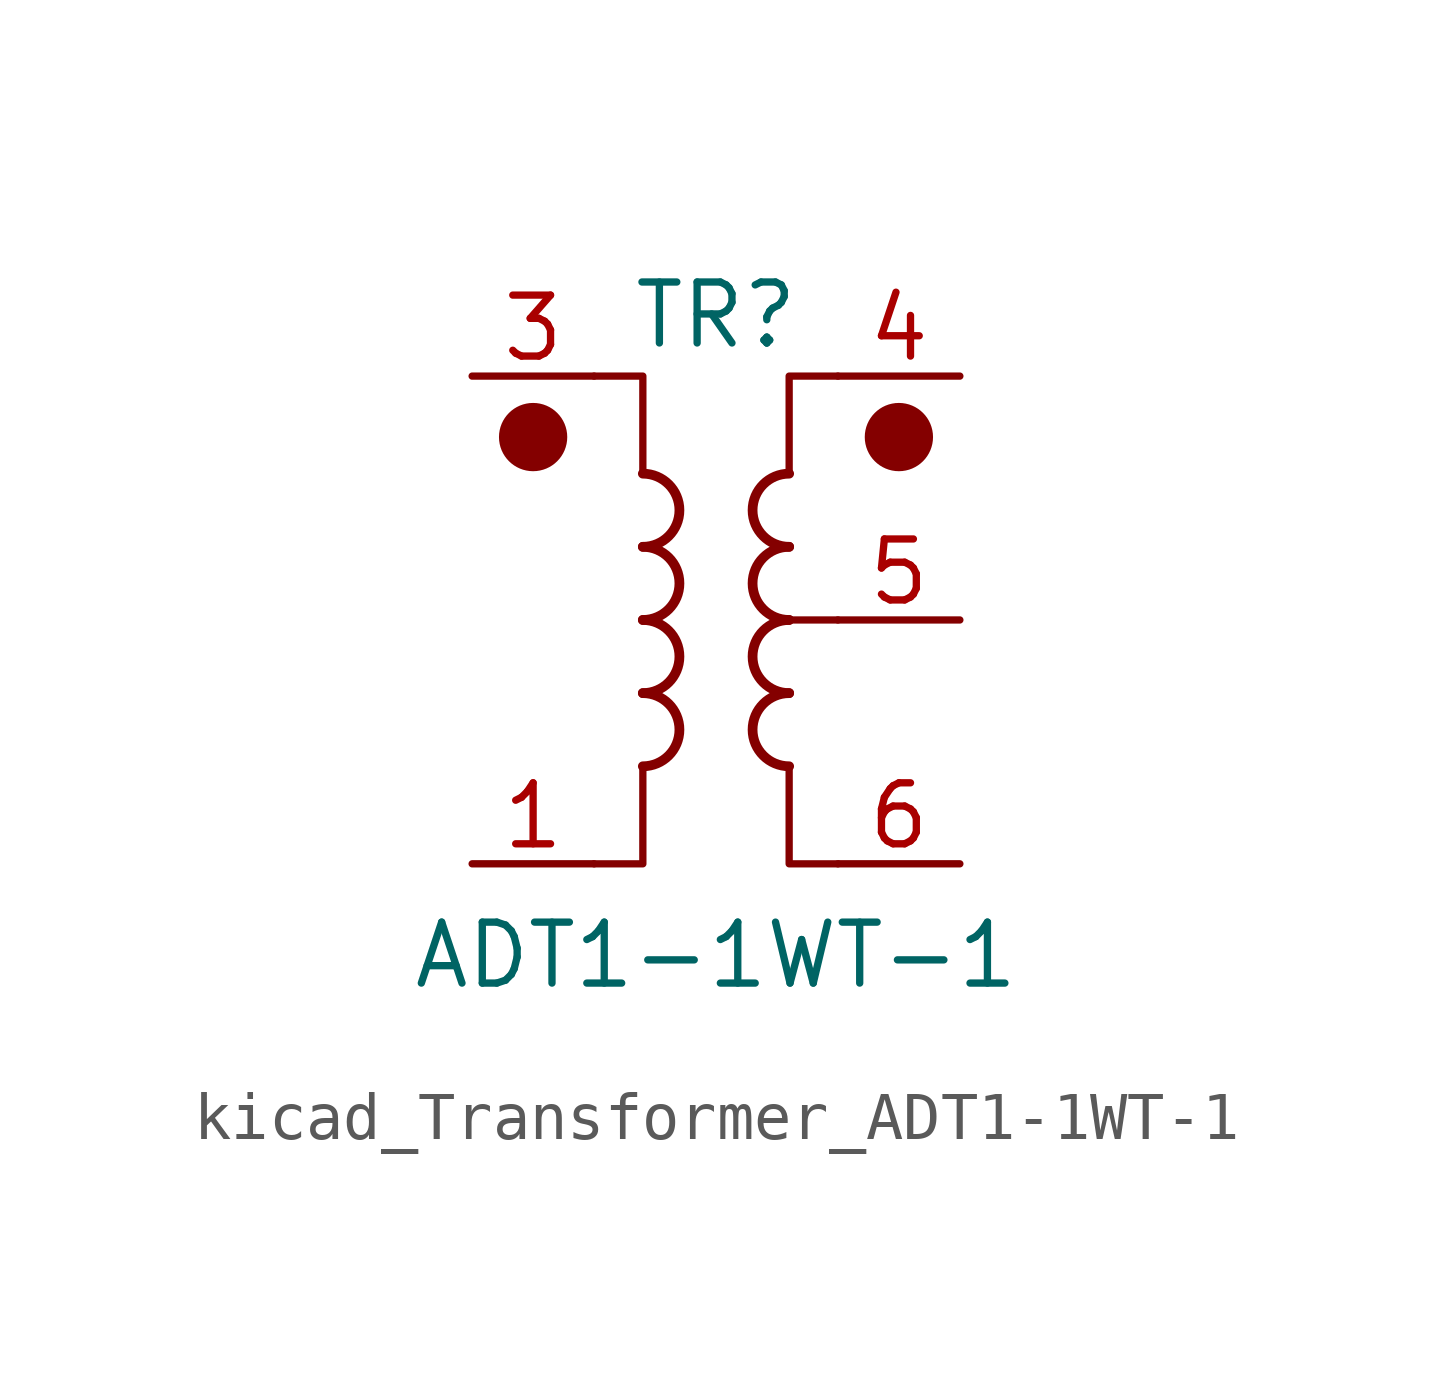
<source format=kicad_sym>
(kicad_symbol_lib
  (version 20220914)
  (generator kicad_symbol_editor)
  (symbol "kicad_Transformer_ADT1-1WT-1"
    (pin_names hide)
    (property "Reference" "TR"
      (at 0 6.35 0)
      (effects (font (size 1.27 1.27))))
    (property "Value" "ADT1-1WT-1"
      (at 0 -6.985 0)
      (effects (font (size 1.27 1.27))))
    (symbol "kicad_Transformer_ADT1-1WT-1_0_1"
      (circle (center -3.81 3.81) (radius 0.635) (stroke (width 0) (type default)) (fill (type outline)))
      (arc (start -1.524 -3.048) (mid -0.7653 -2.286) (end -1.524 -1.524) (stroke (width 0.2032) (type default)) (fill (type none)))
      (arc (start -1.524 -1.524) (mid -0.7653 -0.762) (end -1.524 0) (stroke (width 0.2032) (type default)) (fill (type none)))
      (arc (start -1.524 0) (mid -0.7653 0.762) (end -1.524 1.524) (stroke (width 0.2032) (type default)) (fill (type none)))
      (arc (start -1.524 1.524) (mid -0.7653 2.286) (end -1.524 3.048) (stroke (width 0.2032) (type default)) (fill (type none)))
      (polyline (pts (xy 2.54 0) (xy 1.27 0)) (stroke (width 0.152) (type default)) (fill (type none)))
      (polyline (pts (xy -2.54 5.08) (xy -1.524 5.08) (xy -1.524 3.048)) (stroke (width 0.152) (type default)) (fill (type none)))
      (polyline (pts (xy -1.524 -3.048) (xy -1.524 -5.08) (xy -2.54 -5.08)) (stroke (width 0.152) (type default)) (fill (type none)))
      (polyline (pts (xy 1.524 3.048) (xy 1.524 5.08) (xy 2.54 5.08)) (stroke (width 0.152) (type default)) (fill (type none)))
      (polyline (pts (xy 2.54 -5.08) (xy 1.524 -5.08) (xy 1.524 -3.048)) (stroke (width 0.152) (type default)) (fill (type none)))
      (arc (start 1.524 -1.524) (mid 0.7653 -2.286) (end 1.524 -3.048) (stroke (width 0.2032) (type default)) (fill (type none)))
      (arc (start 1.524 0) (mid 0.7653 -0.762) (end 1.524 -1.524) (stroke (width 0.2032) (type default)) (fill (type none)))
      (arc (start 1.524 1.524) (mid 0.7653 0.762) (end 1.524 0) (stroke (width 0.2032) (type default)) (fill (type none)))
      (arc (start 1.524 3.048) (mid 0.7653 2.286) (end 1.524 1.524) (stroke (width 0.2032) (type default)) (fill (type none)))
      (circle (center 3.81 3.81) (radius 0.635) (stroke (width 0) (type default)) (fill (type outline))))
    (symbol "kicad_Transformer_ADT1-1WT-1_1_1"
      (pin passive line (at -5.08 -5.08 0) (length 2.54) (name "~" (effects (font (size 1.27 1.27)))) (number "1" (effects (font (size 1.27 1.27)))))
      (pin no_connect line (at -2.54 0 0) (length 2.54) hide (name "~" (effects (font (size 1.27 1.27)))) (number "2" (effects (font (size 1.27 1.27)))))
      (pin passive line (at -5.08 5.08 0) (length 2.54) (name "~" (effects (font (size 1.27 1.27)))) (number "3" (effects (font (size 1.27 1.27)))))
      (pin passive line (at 5.08 5.08 180) (length 2.54) (name "~" (effects (font (size 1.27 1.27)))) (number "4" (effects (font (size 1.27 1.27)))))
      (pin passive line (at 5.08 0 180) (length 2.54) (name "~" (effects (font (size 1.27 1.27)))) (number "5" (effects (font (size 1.27 1.27)))))
      (pin passive line (at 5.08 -5.08 180) (length 2.54) (name "~" (effects (font (size 1.27 1.27)))) (number "6" (effects (font (size 1.27 1.27))))))))
</source>
